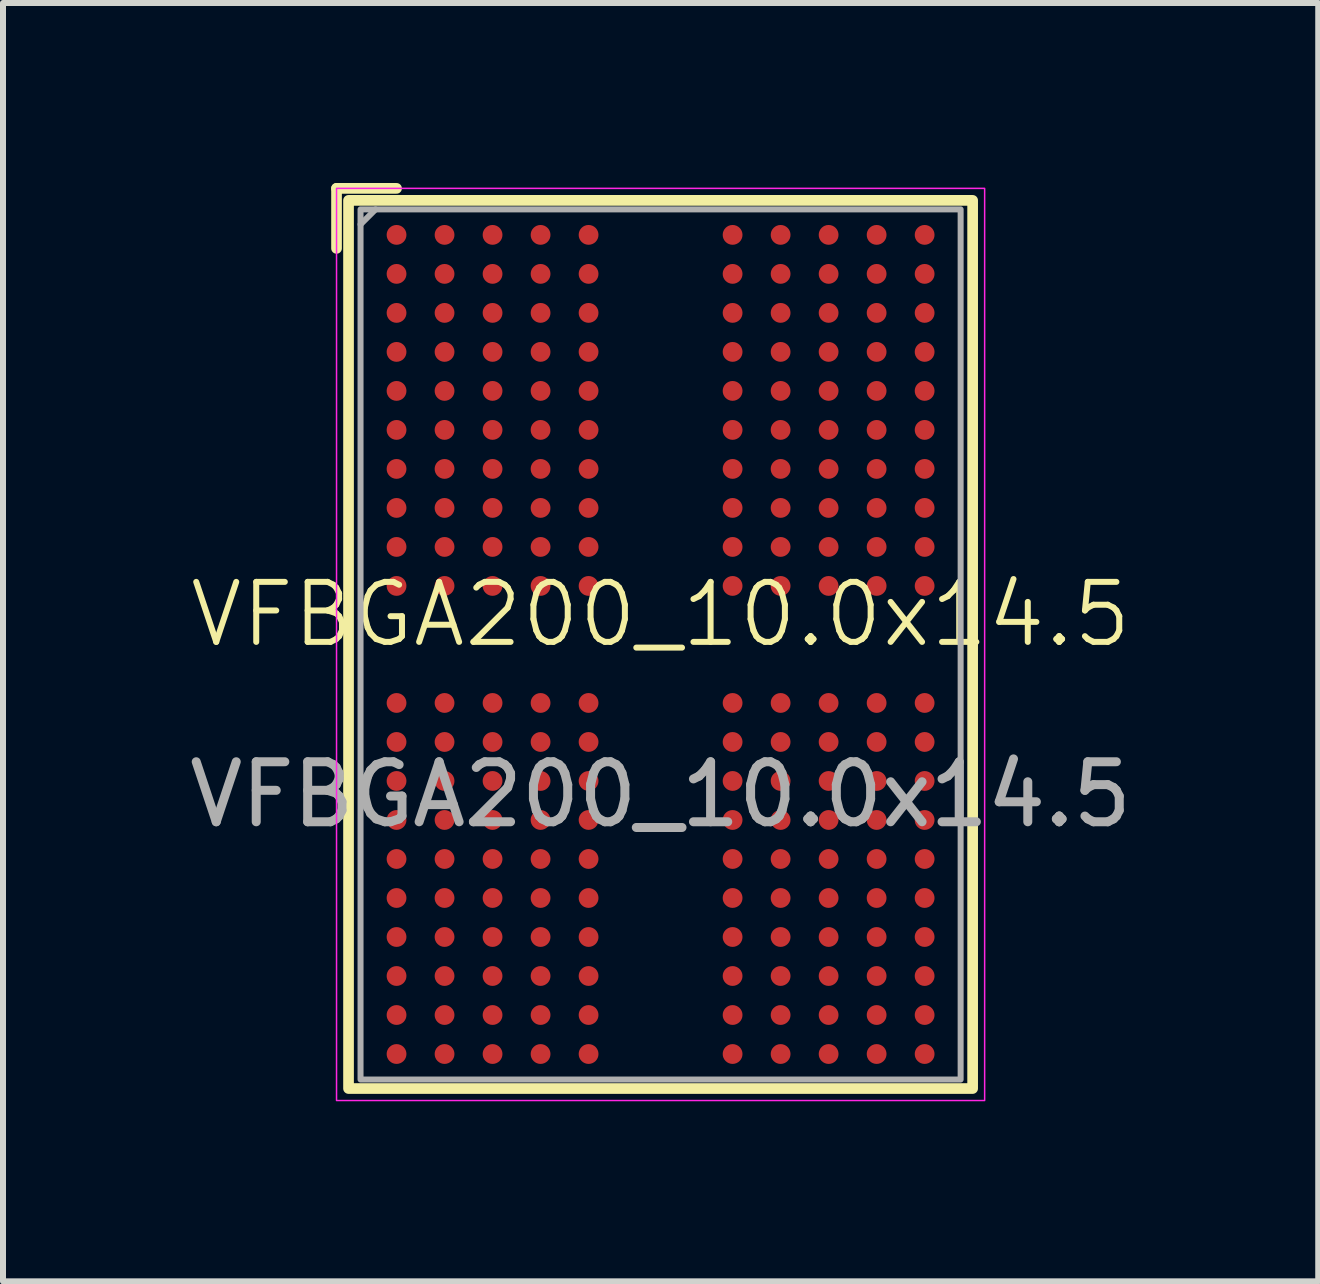
<source format=kicad_pcb>
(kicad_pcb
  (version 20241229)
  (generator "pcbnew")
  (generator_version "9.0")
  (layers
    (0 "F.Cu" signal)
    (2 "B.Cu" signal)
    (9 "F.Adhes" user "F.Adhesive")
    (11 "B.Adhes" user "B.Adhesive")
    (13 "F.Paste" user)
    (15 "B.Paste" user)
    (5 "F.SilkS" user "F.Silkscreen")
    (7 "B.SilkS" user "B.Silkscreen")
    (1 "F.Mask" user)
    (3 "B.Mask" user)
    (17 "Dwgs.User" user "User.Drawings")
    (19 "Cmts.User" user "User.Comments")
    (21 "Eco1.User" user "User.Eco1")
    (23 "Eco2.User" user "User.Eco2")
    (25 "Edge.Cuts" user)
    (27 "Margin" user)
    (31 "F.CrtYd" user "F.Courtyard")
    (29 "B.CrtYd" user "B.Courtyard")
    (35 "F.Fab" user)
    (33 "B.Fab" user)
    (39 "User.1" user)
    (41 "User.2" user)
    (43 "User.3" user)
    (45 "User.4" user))
  (footprint "VFBGA200_10.0x14.5"
    (layer "F.Cu")
    (at 7.958 7.689)
    (property "Reference" "VFBGA200_10.0x14.5" (at 0 -0.5 0) (unlocked yes) (layer "F.SilkS") (effects (font (size 1 1) (thickness 0.1))))
    (attr smd)
    (fp_line (start -5.4 -7.6) (end -5.4 -6.6) (stroke (width 0.178) (type default)) (layer "F.SilkS"))
    (fp_line (start -5.4 -7.6) (end -4.4 -7.6) (stroke (width 0.178) (type default)) (layer "F.SilkS"))
    (fp_rect (start -5.2 -7.4) (end 5.2 7.4) (stroke (width 0.178) (type default)) (fill no) (layer "F.SilkS"))
    (fp_rect (start -5.4 -7.6) (end 5.4 7.6) (stroke (width 0.025) (type default)) (fill no) (layer "F.CrtYd"))
    (fp_line (start -5 -7) (end -4.75 -7.25) (stroke (width 0.1) (type default)) (layer "F.Fab"))
    (fp_rect (start -5 -7.25) (end 5 7.25) (stroke (width 0.1) (type default)) (fill no) (layer "F.Fab"))
    (fp_text user "${REFERENCE}" (at 0 2.5 0) (unlocked yes) (layer "F.Fab") (effects (font (size 1 1) (thickness 0.15))))
    (pad "A1" smd circle (at -4.4 -6.825) (size 0.33 0.33) (layers "F.Cu" "F.Mask" "F.Paste"))
    (pad "A2" smd circle (at -3.6 -6.825) (size 0.33 0.33) (layers "F.Cu" "F.Mask" "F.Paste"))
    (pad "A3" smd circle (at -2.8 -6.825) (size 0.33 0.33) (layers "F.Cu" "F.Mask" "F.Paste"))
    (pad "A4" smd circle (at -2 -6.825) (size 0.33 0.33) (layers "F.Cu" "F.Mask" "F.Paste"))
    (pad "A5" smd circle (at -1.2 -6.825) (size 0.33 0.33) (layers "F.Cu" "F.Mask" "F.Paste"))
    (pad "A8" smd circle (at 1.2 -6.825) (size 0.33 0.33) (layers "F.Cu" "F.Mask" "F.Paste"))
    (pad "A9" smd circle (at 2 -6.825) (size 0.33 0.33) (layers "F.Cu" "F.Mask" "F.Paste"))
    (pad "A10" smd circle (at 2.8 -6.825) (size 0.33 0.33) (layers "F.Cu" "F.Mask" "F.Paste"))
    (pad "A11" smd circle (at 3.6 -6.825) (size 0.33 0.33) (layers "F.Cu" "F.Mask" "F.Paste"))
    (pad "A12" smd circle (at 4.4 -6.825) (size 0.33 0.33) (layers "F.Cu" "F.Mask" "F.Paste"))
    (pad "AA1" smd circle (at -4.4 6.175) (size 0.33 0.33) (layers "F.Cu" "F.Mask" "F.Paste"))
    (pad "AA2" smd circle (at -3.6 6.175) (size 0.33 0.33) (layers "F.Cu" "F.Mask" "F.Paste"))
    (pad "AA3" smd circle (at -2.8 6.175) (size 0.33 0.33) (layers "F.Cu" "F.Mask" "F.Paste"))
    (pad "AA4" smd circle (at -2 6.175) (size 0.33 0.33) (layers "F.Cu" "F.Mask" "F.Paste"))
    (pad "AA5" smd circle (at -1.2 6.175) (size 0.33 0.33) (layers "F.Cu" "F.Mask" "F.Paste"))
    (pad "AA8" smd circle (at 1.2 6.175) (size 0.33 0.33) (layers "F.Cu" "F.Mask" "F.Paste"))
    (pad "AA9" smd circle (at 2 6.175) (size 0.33 0.33) (layers "F.Cu" "F.Mask" "F.Paste"))
    (pad "AA10" smd circle (at 2.8 6.175) (size 0.33 0.33) (layers "F.Cu" "F.Mask" "F.Paste"))
    (pad "AA11" smd circle (at 3.6 6.175) (size 0.33 0.33) (layers "F.Cu" "F.Mask" "F.Paste"))
    (pad "AA12" smd circle (at 4.4 6.175) (size 0.33 0.33) (layers "F.Cu" "F.Mask" "F.Paste"))
    (pad "AB1" smd circle (at -4.4 6.825) (size 0.33 0.33) (layers "F.Cu" "F.Mask" "F.Paste"))
    (pad "AB2" smd circle (at -3.6 6.825) (size 0.33 0.33) (layers "F.Cu" "F.Mask" "F.Paste"))
    (pad "AB3" smd circle (at -2.8 6.825) (size 0.33 0.33) (layers "F.Cu" "F.Mask" "F.Paste"))
    (pad "AB4" smd circle (at -2 6.825) (size 0.33 0.33) (layers "F.Cu" "F.Mask" "F.Paste"))
    (pad "AB5" smd circle (at -1.2 6.825) (size 0.33 0.33) (layers "F.Cu" "F.Mask" "F.Paste"))
    (pad "AB8" smd circle (at 1.2 6.825) (size 0.33 0.33) (layers "F.Cu" "F.Mask" "F.Paste"))
    (pad "AB9" smd circle (at 2 6.825) (size 0.33 0.33) (layers "F.Cu" "F.Mask" "F.Paste"))
    (pad "AB10" smd circle (at 2.8 6.825) (size 0.33 0.33) (layers "F.Cu" "F.Mask" "F.Paste"))
    (pad "AB11" smd circle (at 3.6 6.825) (size 0.33 0.33) (layers "F.Cu" "F.Mask" "F.Paste"))
    (pad "AB12" smd circle (at 4.4 6.825) (size 0.33 0.33) (layers "F.Cu" "F.Mask" "F.Paste"))
    (pad "B1" smd circle (at -4.4 -6.175) (size 0.33 0.33) (layers "F.Cu" "F.Mask" "F.Paste"))
    (pad "B2" smd circle (at -3.6 -6.175) (size 0.33 0.33) (layers "F.Cu" "F.Mask" "F.Paste"))
    (pad "B3" smd circle (at -2.8 -6.175) (size 0.33 0.33) (layers "F.Cu" "F.Mask" "F.Paste"))
    (pad "B4" smd circle (at -2 -6.175) (size 0.33 0.33) (layers "F.Cu" "F.Mask" "F.Paste"))
    (pad "B5" smd circle (at -1.2 -6.175) (size 0.33 0.33) (layers "F.Cu" "F.Mask" "F.Paste"))
    (pad "B8" smd circle (at 1.2 -6.175) (size 0.33 0.33) (layers "F.Cu" "F.Mask" "F.Paste"))
    (pad "B9" smd circle (at 2 -6.175) (size 0.33 0.33) (layers "F.Cu" "F.Mask" "F.Paste"))
    (pad "B10" smd circle (at 2.8 -6.175) (size 0.33 0.33) (layers "F.Cu" "F.Mask" "F.Paste"))
    (pad "B11" smd circle (at 3.6 -6.175) (size 0.33 0.33) (layers "F.Cu" "F.Mask" "F.Paste"))
    (pad "B12" smd circle (at 4.4 -6.175) (size 0.33 0.33) (layers "F.Cu" "F.Mask" "F.Paste"))
    (pad "C1" smd circle (at -4.4 -5.525) (size 0.33 0.33) (layers "F.Cu" "F.Mask" "F.Paste"))
    (pad "C2" smd circle (at -3.6 -5.525) (size 0.33 0.33) (layers "F.Cu" "F.Mask" "F.Paste"))
    (pad "C3" smd circle (at -2.8 -5.525) (size 0.33 0.33) (layers "F.Cu" "F.Mask" "F.Paste"))
    (pad "C4" smd circle (at -2 -5.525) (size 0.33 0.33) (layers "F.Cu" "F.Mask" "F.Paste"))
    (pad "C5" smd circle (at -1.2 -5.525) (size 0.33 0.33) (layers "F.Cu" "F.Mask" "F.Paste"))
    (pad "C8" smd circle (at 1.2 -5.525) (size 0.33 0.33) (layers "F.Cu" "F.Mask" "F.Paste"))
    (pad "C9" smd circle (at 2 -5.525) (size 0.33 0.33) (layers "F.Cu" "F.Mask" "F.Paste"))
    (pad "C10" smd circle (at 2.8 -5.525) (size 0.33 0.33) (layers "F.Cu" "F.Mask" "F.Paste"))
    (pad "C11" smd circle (at 3.6 -5.525) (size 0.33 0.33) (layers "F.Cu" "F.Mask" "F.Paste"))
    (pad "C12" smd circle (at 4.4 -5.525) (size 0.33 0.33) (layers "F.Cu" "F.Mask" "F.Paste"))
    (pad "D1" smd circle (at -4.4 -4.875) (size 0.33 0.33) (layers "F.Cu" "F.Mask" "F.Paste"))
    (pad "D2" smd circle (at -3.6 -4.875) (size 0.33 0.33) (layers "F.Cu" "F.Mask" "F.Paste"))
    (pad "D3" smd circle (at -2.8 -4.875) (size 0.33 0.33) (layers "F.Cu" "F.Mask" "F.Paste"))
    (pad "D4" smd circle (at -2 -4.875) (size 0.33 0.33) (layers "F.Cu" "F.Mask" "F.Paste"))
    (pad "D5" smd circle (at -1.2 -4.875) (size 0.33 0.33) (layers "F.Cu" "F.Mask" "F.Paste"))
    (pad "D8" smd circle (at 1.2 -4.875) (size 0.33 0.33) (layers "F.Cu" "F.Mask" "F.Paste"))
    (pad "D9" smd circle (at 2 -4.875) (size 0.33 0.33) (layers "F.Cu" "F.Mask" "F.Paste"))
    (pad "D10" smd circle (at 2.8 -4.875) (size 0.33 0.33) (layers "F.Cu" "F.Mask" "F.Paste"))
    (pad "D11" smd circle (at 3.6 -4.875) (size 0.33 0.33) (layers "F.Cu" "F.Mask" "F.Paste"))
    (pad "D12" smd circle (at 4.4 -4.875) (size 0.33 0.33) (layers "F.Cu" "F.Mask" "F.Paste"))
    (pad "E1" smd circle (at -4.4 -4.225) (size 0.33 0.33) (layers "F.Cu" "F.Mask" "F.Paste"))
    (pad "E2" smd circle (at -3.6 -4.225) (size 0.33 0.33) (layers "F.Cu" "F.Mask" "F.Paste"))
    (pad "E3" smd circle (at -2.8 -4.225) (size 0.33 0.33) (layers "F.Cu" "F.Mask" "F.Paste"))
    (pad "E4" smd circle (at -2 -4.225) (size 0.33 0.33) (layers "F.Cu" "F.Mask" "F.Paste"))
    (pad "E5" smd circle (at -1.2 -4.225) (size 0.33 0.33) (layers "F.Cu" "F.Mask" "F.Paste"))
    (pad "E8" smd circle (at 1.2 -4.225) (size 0.33 0.33) (layers "F.Cu" "F.Mask" "F.Paste"))
    (pad "E9" smd circle (at 2 -4.225) (size 0.33 0.33) (layers "F.Cu" "F.Mask" "F.Paste"))
    (pad "E10" smd circle (at 2.8 -4.225) (size 0.33 0.33) (layers "F.Cu" "F.Mask" "F.Paste"))
    (pad "E11" smd circle (at 3.6 -4.225) (size 0.33 0.33) (layers "F.Cu" "F.Mask" "F.Paste"))
    (pad "E12" smd circle (at 4.4 -4.225) (size 0.33 0.33) (layers "F.Cu" "F.Mask" "F.Paste"))
    (pad "F1" smd circle (at -4.4 -3.575) (size 0.33 0.33) (layers "F.Cu" "F.Mask" "F.Paste"))
    (pad "F2" smd circle (at -3.6 -3.575) (size 0.33 0.33) (layers "F.Cu" "F.Mask" "F.Paste"))
    (pad "F3" smd circle (at -2.8 -3.575) (size 0.33 0.33) (layers "F.Cu" "F.Mask" "F.Paste"))
    (pad "F4" smd circle (at -2 -3.575) (size 0.33 0.33) (layers "F.Cu" "F.Mask" "F.Paste"))
    (pad "F5" smd circle (at -1.2 -3.575) (size 0.33 0.33) (layers "F.Cu" "F.Mask" "F.Paste"))
    (pad "F8" smd circle (at 1.2 -3.575) (size 0.33 0.33) (layers "F.Cu" "F.Mask" "F.Paste"))
    (pad "F9" smd circle (at 2 -3.575) (size 0.33 0.33) (layers "F.Cu" "F.Mask" "F.Paste"))
    (pad "F10" smd circle (at 2.8 -3.575) (size 0.33 0.33) (layers "F.Cu" "F.Mask" "F.Paste"))
    (pad "F11" smd circle (at 3.6 -3.575) (size 0.33 0.33) (layers "F.Cu" "F.Mask" "F.Paste"))
    (pad "F12" smd circle (at 4.4 -3.575) (size 0.33 0.33) (layers "F.Cu" "F.Mask" "F.Paste"))
    (pad "G1" smd circle (at -4.4 -2.925) (size 0.33 0.33) (layers "F.Cu" "F.Mask" "F.Paste"))
    (pad "G2" smd circle (at -3.6 -2.925) (size 0.33 0.33) (layers "F.Cu" "F.Mask" "F.Paste"))
    (pad "G3" smd circle (at -2.8 -2.925) (size 0.33 0.33) (layers "F.Cu" "F.Mask" "F.Paste"))
    (pad "G4" smd circle (at -2 -2.925) (size 0.33 0.33) (layers "F.Cu" "F.Mask" "F.Paste"))
    (pad "G5" smd circle (at -1.2 -2.925) (size 0.33 0.33) (layers "F.Cu" "F.Mask" "F.Paste"))
    (pad "G8" smd circle (at 1.2 -2.925) (size 0.33 0.33) (layers "F.Cu" "F.Mask" "F.Paste"))
    (pad "G9" smd circle (at 2 -2.925) (size 0.33 0.33) (layers "F.Cu" "F.Mask" "F.Paste"))
    (pad "G10" smd circle (at 2.8 -2.925) (size 0.33 0.33) (layers "F.Cu" "F.Mask" "F.Paste"))
    (pad "G11" smd circle (at 3.6 -2.925) (size 0.33 0.33) (layers "F.Cu" "F.Mask" "F.Paste"))
    (pad "G12" smd circle (at 4.4 -2.925) (size 0.33 0.33) (layers "F.Cu" "F.Mask" "F.Paste"))
    (pad "H1" smd circle (at -4.4 -2.275) (size 0.33 0.33) (layers "F.Cu" "F.Mask" "F.Paste"))
    (pad "H2" smd circle (at -3.6 -2.275) (size 0.33 0.33) (layers "F.Cu" "F.Mask" "F.Paste"))
    (pad "H3" smd circle (at -2.8 -2.275) (size 0.33 0.33) (layers "F.Cu" "F.Mask" "F.Paste"))
    (pad "H4" smd circle (at -2 -2.275) (size 0.33 0.33) (layers "F.Cu" "F.Mask" "F.Paste"))
    (pad "H5" smd circle (at -1.2 -2.275) (size 0.33 0.33) (layers "F.Cu" "F.Mask" "F.Paste"))
    (pad "H8" smd circle (at 1.2 -2.275) (size 0.33 0.33) (layers "F.Cu" "F.Mask" "F.Paste"))
    (pad "H9" smd circle (at 2 -2.275) (size 0.33 0.33) (layers "F.Cu" "F.Mask" "F.Paste"))
    (pad "H10" smd circle (at 2.8 -2.275) (size 0.33 0.33) (layers "F.Cu" "F.Mask" "F.Paste"))
    (pad "H11" smd circle (at 3.6 -2.275) (size 0.33 0.33) (layers "F.Cu" "F.Mask" "F.Paste"))
    (pad "H12" smd circle (at 4.4 -2.275) (size 0.33 0.33) (layers "F.Cu" "F.Mask" "F.Paste"))
    (pad "J1" smd circle (at -4.4 -1.625) (size 0.33 0.33) (layers "F.Cu" "F.Mask" "F.Paste"))
    (pad "J2" smd circle (at -3.6 -1.625) (size 0.33 0.33) (layers "F.Cu" "F.Mask" "F.Paste"))
    (pad "J3" smd circle (at -2.8 -1.625) (size 0.33 0.33) (layers "F.Cu" "F.Mask" "F.Paste"))
    (pad "J4" smd circle (at -2 -1.625) (size 0.33 0.33) (layers "F.Cu" "F.Mask" "F.Paste"))
    (pad "J5" smd circle (at -1.2 -1.625) (size 0.33 0.33) (layers "F.Cu" "F.Mask" "F.Paste"))
    (pad "J8" smd circle (at 1.2 -1.625) (size 0.33 0.33) (layers "F.Cu" "F.Mask" "F.Paste"))
    (pad "J9" smd circle (at 2 -1.625) (size 0.33 0.33) (layers "F.Cu" "F.Mask" "F.Paste"))
    (pad "J10" smd circle (at 2.8 -1.625) (size 0.33 0.33) (layers "F.Cu" "F.Mask" "F.Paste"))
    (pad "J11" smd circle (at 3.6 -1.625) (size 0.33 0.33) (layers "F.Cu" "F.Mask" "F.Paste"))
    (pad "J12" smd circle (at 4.4 -1.625) (size 0.33 0.33) (layers "F.Cu" "F.Mask" "F.Paste"))
    (pad "K1" smd circle (at -4.4 -0.975) (size 0.33 0.33) (layers "F.Cu" "F.Mask" "F.Paste"))
    (pad "K2" smd circle (at -3.6 -0.975) (size 0.33 0.33) (layers "F.Cu" "F.Mask" "F.Paste"))
    (pad "K3" smd circle (at -2.8 -0.975) (size 0.33 0.33) (layers "F.Cu" "F.Mask" "F.Paste"))
    (pad "K4" smd circle (at -2 -0.975) (size 0.33 0.33) (layers "F.Cu" "F.Mask" "F.Paste"))
    (pad "K5" smd circle (at -1.2 -0.975) (size 0.33 0.33) (layers "F.Cu" "F.Mask" "F.Paste"))
    (pad "K8" smd circle (at 1.2 -0.975) (size 0.33 0.33) (layers "F.Cu" "F.Mask" "F.Paste"))
    (pad "K9" smd circle (at 2 -0.975) (size 0.33 0.33) (layers "F.Cu" "F.Mask" "F.Paste"))
    (pad "K10" smd circle (at 2.8 -0.975) (size 0.33 0.33) (layers "F.Cu" "F.Mask" "F.Paste"))
    (pad "K11" smd circle (at 3.6 -0.975) (size 0.33 0.33) (layers "F.Cu" "F.Mask" "F.Paste"))
    (pad "K12" smd circle (at 4.4 -0.975) (size 0.33 0.33) (layers "F.Cu" "F.Mask" "F.Paste"))
    (pad "N1" smd circle (at -4.4 0.975) (size 0.33 0.33) (layers "F.Cu" "F.Mask" "F.Paste"))
    (pad "N2" smd circle (at -3.6 0.975) (size 0.33 0.33) (layers "F.Cu" "F.Mask" "F.Paste"))
    (pad "N3" smd circle (at -2.8 0.975) (size 0.33 0.33) (layers "F.Cu" "F.Mask" "F.Paste"))
    (pad "N4" smd circle (at -2 0.975) (size 0.33 0.33) (layers "F.Cu" "F.Mask" "F.Paste"))
    (pad "N5" smd circle (at -1.2 0.975) (size 0.33 0.33) (layers "F.Cu" "F.Mask" "F.Paste"))
    (pad "N8" smd circle (at 1.2 0.975) (size 0.33 0.33) (layers "F.Cu" "F.Mask" "F.Paste"))
    (pad "N9" smd circle (at 2 0.975) (size 0.33 0.33) (layers "F.Cu" "F.Mask" "F.Paste"))
    (pad "N10" smd circle (at 2.8 0.975) (size 0.33 0.33) (layers "F.Cu" "F.Mask" "F.Paste"))
    (pad "N11" smd circle (at 3.6 0.975) (size 0.33 0.33) (layers "F.Cu" "F.Mask" "F.Paste"))
    (pad "N12" smd circle (at 4.4 0.975) (size 0.33 0.33) (layers "F.Cu" "F.Mask" "F.Paste"))
    (pad "P1" smd circle (at -4.4 1.625) (size 0.33 0.33) (layers "F.Cu" "F.Mask" "F.Paste"))
    (pad "P2" smd circle (at -3.6 1.625) (size 0.33 0.33) (layers "F.Cu" "F.Mask" "F.Paste"))
    (pad "P3" smd circle (at -2.8 1.625) (size 0.33 0.33) (layers "F.Cu" "F.Mask" "F.Paste"))
    (pad "P4" smd circle (at -2 1.625) (size 0.33 0.33) (layers "F.Cu" "F.Mask" "F.Paste"))
    (pad "P5" smd circle (at -1.2 1.625) (size 0.33 0.33) (layers "F.Cu" "F.Mask" "F.Paste"))
    (pad "P8" smd circle (at 1.2 1.625) (size 0.33 0.33) (layers "F.Cu" "F.Mask" "F.Paste"))
    (pad "P9" smd circle (at 2 1.625) (size 0.33 0.33) (layers "F.Cu" "F.Mask" "F.Paste"))
    (pad "P10" smd circle (at 2.8 1.625) (size 0.33 0.33) (layers "F.Cu" "F.Mask" "F.Paste"))
    (pad "P11" smd circle (at 3.6 1.625) (size 0.33 0.33) (layers "F.Cu" "F.Mask" "F.Paste"))
    (pad "P12" smd circle (at 4.4 1.625) (size 0.33 0.33) (layers "F.Cu" "F.Mask" "F.Paste"))
    (pad "R1" smd circle (at -4.4 2.275) (size 0.33 0.33) (layers "F.Cu" "F.Mask" "F.Paste"))
    (pad "R2" smd circle (at -3.6 2.275) (size 0.33 0.33) (layers "F.Cu" "F.Mask" "F.Paste"))
    (pad "R3" smd circle (at -2.8 2.275) (size 0.33 0.33) (layers "F.Cu" "F.Mask" "F.Paste"))
    (pad "R4" smd circle (at -2 2.275) (size 0.33 0.33) (layers "F.Cu" "F.Mask" "F.Paste"))
    (pad "R5" smd circle (at -1.2 2.275) (size 0.33 0.33) (layers "F.Cu" "F.Mask" "F.Paste"))
    (pad "R8" smd circle (at 1.2 2.275) (size 0.33 0.33) (layers "F.Cu" "F.Mask" "F.Paste"))
    (pad "R9" smd circle (at 2 2.275) (size 0.33 0.33) (layers "F.Cu" "F.Mask" "F.Paste"))
    (pad "R10" smd circle (at 2.8 2.275) (size 0.33 0.33) (layers "F.Cu" "F.Mask" "F.Paste"))
    (pad "R11" smd circle (at 3.6 2.275) (size 0.33 0.33) (layers "F.Cu" "F.Mask" "F.Paste"))
    (pad "R12" smd circle (at 4.4 2.275) (size 0.33 0.33) (layers "F.Cu" "F.Mask" "F.Paste"))
    (pad "T1" smd circle (at -4.4 2.925) (size 0.33 0.33) (layers "F.Cu" "F.Mask" "F.Paste"))
    (pad "T2" smd circle (at -3.6 2.925) (size 0.33 0.33) (layers "F.Cu" "F.Mask" "F.Paste"))
    (pad "T3" smd circle (at -2.8 2.925) (size 0.33 0.33) (layers "F.Cu" "F.Mask" "F.Paste"))
    (pad "T4" smd circle (at -2 2.925) (size 0.33 0.33) (layers "F.Cu" "F.Mask" "F.Paste"))
    (pad "T5" smd circle (at -1.2 2.925) (size 0.33 0.33) (layers "F.Cu" "F.Mask" "F.Paste"))
    (pad "T8" smd circle (at 1.2 2.925) (size 0.33 0.33) (layers "F.Cu" "F.Mask" "F.Paste"))
    (pad "T9" smd circle (at 2 2.925) (size 0.33 0.33) (layers "F.Cu" "F.Mask" "F.Paste"))
    (pad "T10" smd circle (at 2.8 2.925) (size 0.33 0.33) (layers "F.Cu" "F.Mask" "F.Paste"))
    (pad "T11" smd circle (at 3.6 2.925) (size 0.33 0.33) (layers "F.Cu" "F.Mask" "F.Paste"))
    (pad "T12" smd circle (at 4.4 2.925) (size 0.33 0.33) (layers "F.Cu" "F.Mask" "F.Paste"))
    (pad "U1" smd circle (at -4.4 3.575) (size 0.33 0.33) (layers "F.Cu" "F.Mask" "F.Paste"))
    (pad "U2" smd circle (at -3.6 3.575) (size 0.33 0.33) (layers "F.Cu" "F.Mask" "F.Paste"))
    (pad "U3" smd circle (at -2.8 3.575) (size 0.33 0.33) (layers "F.Cu" "F.Mask" "F.Paste"))
    (pad "U4" smd circle (at -2 3.575) (size 0.33 0.33) (layers "F.Cu" "F.Mask" "F.Paste"))
    (pad "U5" smd circle (at -1.2 3.575) (size 0.33 0.33) (layers "F.Cu" "F.Mask" "F.Paste"))
    (pad "U8" smd circle (at 1.2 3.575) (size 0.33 0.33) (layers "F.Cu" "F.Mask" "F.Paste"))
    (pad "U9" smd circle (at 2 3.575) (size 0.33 0.33) (layers "F.Cu" "F.Mask" "F.Paste"))
    (pad "U10" smd circle (at 2.8 3.575) (size 0.33 0.33) (layers "F.Cu" "F.Mask" "F.Paste"))
    (pad "U11" smd circle (at 3.6 3.575) (size 0.33 0.33) (layers "F.Cu" "F.Mask" "F.Paste"))
    (pad "U12" smd circle (at 4.4 3.575) (size 0.33 0.33) (layers "F.Cu" "F.Mask" "F.Paste"))
    (pad "V1" smd circle (at -4.4 4.225) (size 0.33 0.33) (layers "F.Cu" "F.Mask" "F.Paste"))
    (pad "V2" smd circle (at -3.6 4.225) (size 0.33 0.33) (layers "F.Cu" "F.Mask" "F.Paste"))
    (pad "V3" smd circle (at -2.8 4.225) (size 0.33 0.33) (layers "F.Cu" "F.Mask" "F.Paste"))
    (pad "V4" smd circle (at -2 4.225) (size 0.33 0.33) (layers "F.Cu" "F.Mask" "F.Paste"))
    (pad "V5" smd circle (at -1.2 4.225) (size 0.33 0.33) (layers "F.Cu" "F.Mask" "F.Paste"))
    (pad "V8" smd circle (at 1.2 4.225) (size 0.33 0.33) (layers "F.Cu" "F.Mask" "F.Paste"))
    (pad "V9" smd circle (at 2 4.225) (size 0.33 0.33) (layers "F.Cu" "F.Mask" "F.Paste"))
    (pad "V10" smd circle (at 2.8 4.225) (size 0.33 0.33) (layers "F.Cu" "F.Mask" "F.Paste"))
    (pad "V11" smd circle (at 3.6 4.225) (size 0.33 0.33) (layers "F.Cu" "F.Mask" "F.Paste"))
    (pad "V12" smd circle (at 4.4 4.225) (size 0.33 0.33) (layers "F.Cu" "F.Mask" "F.Paste"))
    (pad "W1" smd circle (at -4.4 4.875) (size 0.33 0.33) (layers "F.Cu" "F.Mask" "F.Paste"))
    (pad "W2" smd circle (at -3.6 4.875) (size 0.33 0.33) (layers "F.Cu" "F.Mask" "F.Paste"))
    (pad "W3" smd circle (at -2.8 4.875) (size 0.33 0.33) (layers "F.Cu" "F.Mask" "F.Paste"))
    (pad "W4" smd circle (at -2 4.875) (size 0.33 0.33) (layers "F.Cu" "F.Mask" "F.Paste"))
    (pad "W5" smd circle (at -1.2 4.875) (size 0.33 0.33) (layers "F.Cu" "F.Mask" "F.Paste"))
    (pad "W8" smd circle (at 1.2 4.875) (size 0.33 0.33) (layers "F.Cu" "F.Mask" "F.Paste"))
    (pad "W9" smd circle (at 2 4.875) (size 0.33 0.33) (layers "F.Cu" "F.Mask" "F.Paste"))
    (pad "W10" smd circle (at 2.8 4.875) (size 0.33 0.33) (layers "F.Cu" "F.Mask" "F.Paste"))
    (pad "W11" smd circle (at 3.6 4.875) (size 0.33 0.33) (layers "F.Cu" "F.Mask" "F.Paste"))
    (pad "W12" smd circle (at 4.4 4.875) (size 0.33 0.33) (layers "F.Cu" "F.Mask" "F.Paste"))
    (pad "Y1" smd circle (at -4.4 5.525) (size 0.33 0.33) (layers "F.Cu" "F.Mask" "F.Paste"))
    (pad "Y2" smd circle (at -3.6 5.525) (size 0.33 0.33) (layers "F.Cu" "F.Mask" "F.Paste"))
    (pad "Y3" smd circle (at -2.8 5.525) (size 0.33 0.33) (layers "F.Cu" "F.Mask" "F.Paste"))
    (pad "Y4" smd circle (at -2 5.525) (size 0.33 0.33) (layers "F.Cu" "F.Mask" "F.Paste"))
    (pad "Y5" smd circle (at -1.2 5.525) (size 0.33 0.33) (layers "F.Cu" "F.Mask" "F.Paste"))
    (pad "Y8" smd circle (at 1.2 5.525) (size 0.33 0.33) (layers "F.Cu" "F.Mask" "F.Paste"))
    (pad "Y9" smd circle (at 2 5.525) (size 0.33 0.33) (layers "F.Cu" "F.Mask" "F.Paste"))
    (pad "Y10" smd circle (at 2.8 5.525) (size 0.33 0.33) (layers "F.Cu" "F.Mask" "F.Paste"))
    (pad "Y11" smd circle (at 3.6 5.525) (size 0.33 0.33) (layers "F.Cu" "F.Mask" "F.Paste"))
    (pad "Y12" smd circle (at 4.4 5.525) (size 0.33 0.33) (layers "F.Cu" "F.Mask" "F.Paste")))
  (gr_rect
    (start -3 -3)
    (end 18.917 18.302)
    (stroke (width 0.1) (type default))
    (fill no)
    (layer "Edge.Cuts")))
</source>
